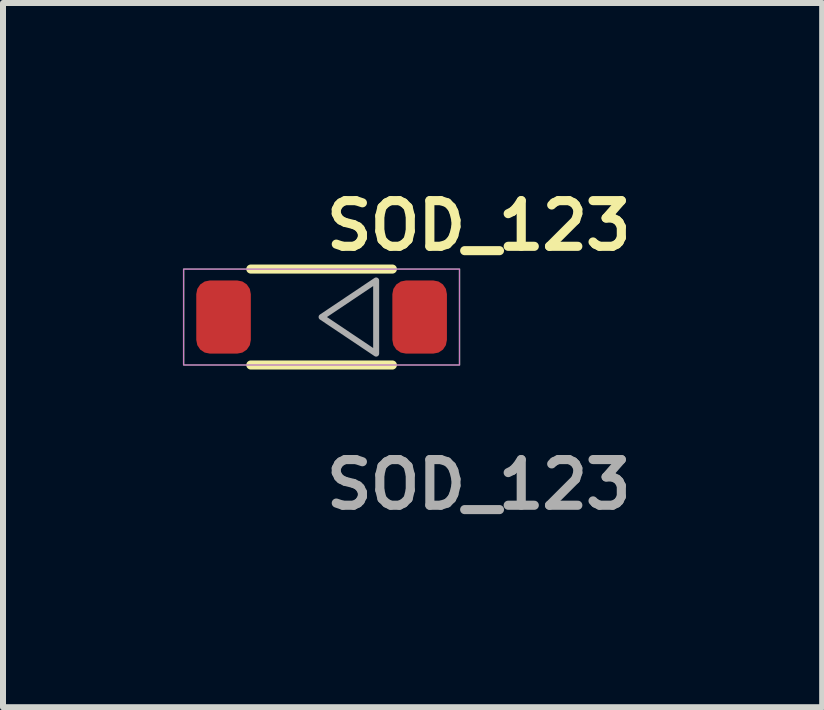
<source format=kicad_pcb>
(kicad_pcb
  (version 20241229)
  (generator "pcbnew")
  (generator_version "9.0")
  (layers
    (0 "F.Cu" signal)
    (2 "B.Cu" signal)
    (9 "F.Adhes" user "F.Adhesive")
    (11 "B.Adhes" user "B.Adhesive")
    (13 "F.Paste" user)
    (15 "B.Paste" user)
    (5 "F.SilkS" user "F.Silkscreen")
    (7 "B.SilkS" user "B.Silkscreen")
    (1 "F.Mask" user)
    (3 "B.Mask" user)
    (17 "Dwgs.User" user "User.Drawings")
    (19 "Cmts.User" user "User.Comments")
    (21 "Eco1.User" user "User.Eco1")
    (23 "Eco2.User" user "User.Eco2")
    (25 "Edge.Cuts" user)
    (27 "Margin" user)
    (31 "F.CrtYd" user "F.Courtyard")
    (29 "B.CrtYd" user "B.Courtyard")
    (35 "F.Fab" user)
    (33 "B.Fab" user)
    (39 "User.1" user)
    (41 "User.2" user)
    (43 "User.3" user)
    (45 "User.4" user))
  (footprint "SOD_123"
    (layer "F.Cu")
    (at 2.313 2.237)
    (property "Reference" "SOD_123" (at 0 -1.524 0) (unlocked yes) (layer "F.SilkS") (effects (font (size 0.762 0.762) (thickness 0.152)) (justify left)))
    (fp_line (start 1.18 -0.8) (end -1.18 -0.8) (stroke (width 0.152) (type solid)) (layer "F.SilkS"))
    (fp_line (start 1.18 0.8) (end -1.18 0.8) (stroke (width 0.152) (type solid)) (layer "F.SilkS"))
    (fp_rect (start -2.3 -0.8) (end 2.3 0.8) (stroke (width 0.006) (type solid)) (fill no) (layer "F.CrtYd"))
    (fp_rect (start -2.3 -0.8) (end 2.3 0.8) (stroke (width 0.025) (type default)) (fill no) (layer "F.Fab"))
    (fp_poly (pts (xy 0.91 0) (xy 1.635 0) (xy 0.91 0) (xy 0.91 0.61) (xy 0 0) (xy 0 0.61) (xy 0 0) (xy -1.635 0) (xy 0 0) (xy 0 -0.61) (xy 0 0) (xy 0.91 -0.61)) (stroke (width 0.1) (type solid)) (fill no) (layer "F.Fab"))
    (fp_text user "${REFERENCE}" (at 0 2.794 0) (unlocked yes) (layer "F.Fab") (effects (font (size 0.762 0.762) (thickness 0.152)) (justify left)))
    (pad "1" smd roundrect (at -1.635 0) (size 0.91 1.22) (layers "F.Cu" "F.Mask" "F.Paste") (roundrect_rratio 0.25))
    (pad "2" smd roundrect (at 1.635 0) (size 0.91 1.22) (layers "F.Cu" "F.Mask" "F.Paste") (roundrect_rratio 0.25)))
  (gr_rect
    (start -3 -3)
    (end 10.661 8.744)
    (stroke (width 0.1) (type default))
    (fill no)
    (layer "Edge.Cuts")))
</source>
